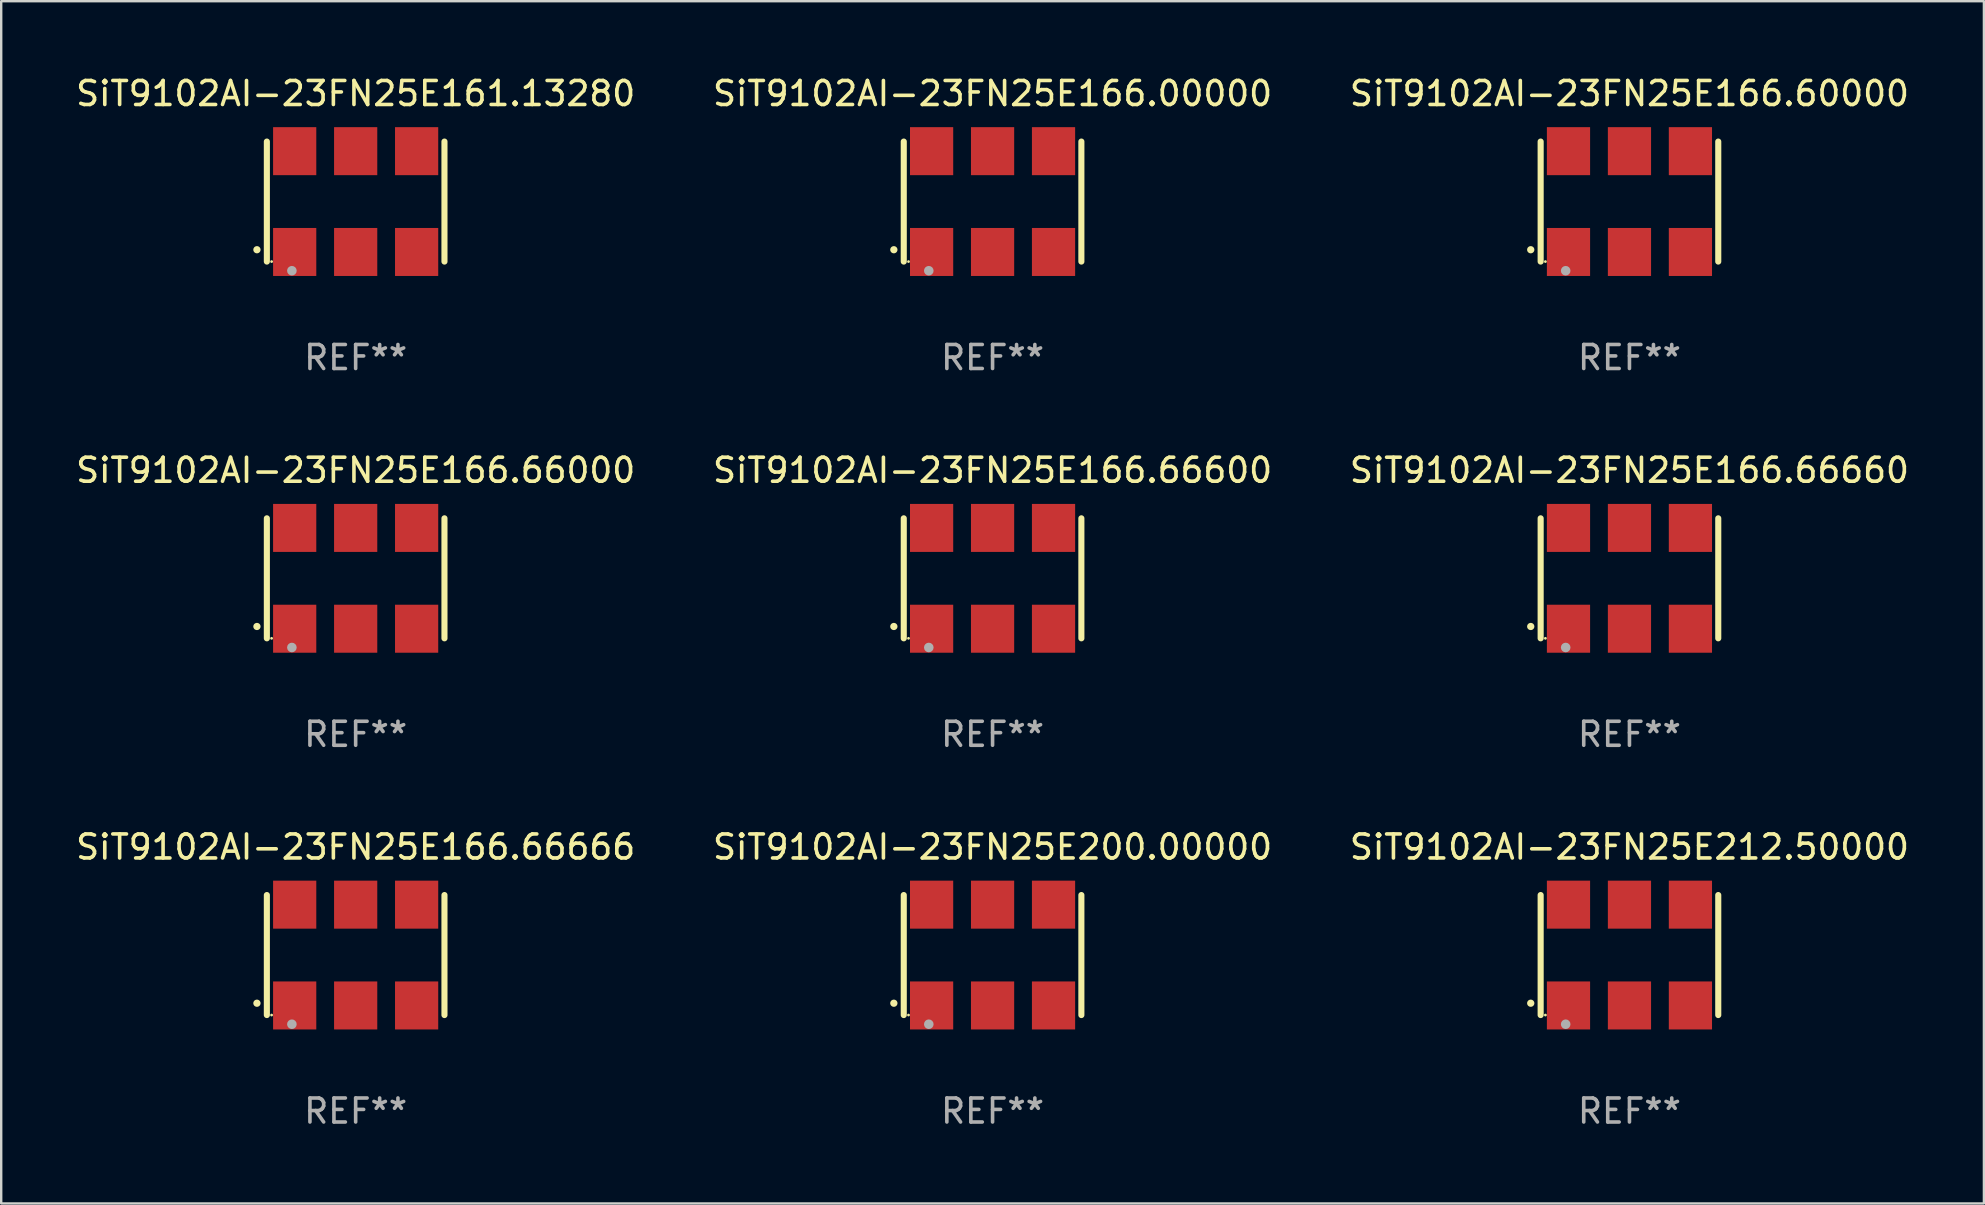
<source format=kicad_pcb>
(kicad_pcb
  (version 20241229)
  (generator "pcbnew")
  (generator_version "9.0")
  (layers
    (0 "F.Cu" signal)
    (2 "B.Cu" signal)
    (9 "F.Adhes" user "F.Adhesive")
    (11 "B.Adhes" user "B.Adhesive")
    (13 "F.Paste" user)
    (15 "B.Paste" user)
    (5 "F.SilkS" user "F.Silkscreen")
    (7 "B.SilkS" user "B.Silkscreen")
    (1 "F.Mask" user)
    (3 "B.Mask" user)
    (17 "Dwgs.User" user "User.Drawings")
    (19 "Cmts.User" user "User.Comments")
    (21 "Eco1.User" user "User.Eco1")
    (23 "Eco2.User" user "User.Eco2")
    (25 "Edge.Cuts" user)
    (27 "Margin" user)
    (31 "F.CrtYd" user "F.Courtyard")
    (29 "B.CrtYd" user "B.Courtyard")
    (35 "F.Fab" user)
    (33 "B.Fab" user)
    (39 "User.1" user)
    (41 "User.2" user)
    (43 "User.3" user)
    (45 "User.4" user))
  (footprint "SiT9102AI-23FN25E161.13280"
    (layer "F.Cu")
    (at 11.768 5.348)
    (property "Reference" "SiT9102AI-23FN25E161.13280" (at 0 -4.5 0) (layer "F.SilkS") (effects (font (size 1 1) (thickness 0.15))))
    (attr through_hole)
    (fp_line (start -3.7 -2.5) (end -3.7 2.5) (stroke (width 0.254) (type solid)) (layer "F.SilkS"))
    (fp_line (start 3.7 -2.5) (end 3.7 2.5) (stroke (width 0.254) (type solid)) (layer "F.SilkS"))
    (fp_arc (start -4.114415 2.006604) (mid -4.113145 2.006599) (end -4.111875 2.006604) (stroke (width 0.3) (type solid)) (layer "F.SilkS"))
    (fp_circle (center -3.502 2.5) (end -3.472 2.5) (stroke (width 0.06) (type solid)) (fill no) (layer "F.SilkS"))
    (fp_circle (center -2.657 2.882) (end -2.557 2.882) (stroke (width 0.2) (type solid)) (fill no) (layer "F.Fab"))
    (fp_text user "REF**" (at 0 6.5 0) (layer "F.Fab") (effects (font (size 1 1) (thickness 0.15))))
    (pad "1" smd rect (at -2.54 2.1) (size 1.8 2) (layers "F.Cu" "F.Mask" "F.Paste"))
    (pad "2" smd rect (at 0.000394 2.1) (size 1.8 2) (layers "F.Cu" "F.Mask" "F.Paste"))
    (pad "3" smd rect (at 2.54 2.1) (size 1.8 2) (layers "F.Cu" "F.Mask" "F.Paste"))
    (pad "4" smd rect (at 2.54 -2.1) (size 1.8 2) (layers "F.Cu" "F.Mask" "F.Paste"))
    (pad "5" smd rect (at 0.000394 -2.1) (size 1.8 2) (layers "F.Cu" "F.Mask" "F.Paste"))
    (pad "6" smd rect (at -2.54 -2.1) (size 1.8 2) (layers "F.Cu" "F.Mask" "F.Paste")))
  (footprint "SiT9102AI-23FN25E166.60000"
    (layer "F.Cu")
    (at 64.839 5.348)
    (property "Reference" "SiT9102AI-23FN25E166.60000" (at 0 -4.5 0) (layer "F.SilkS") (effects (font (size 1 1) (thickness 0.15))))
    (attr through_hole)
    (fp_line (start -3.7 -2.5) (end -3.7 2.5) (stroke (width 0.254) (type solid)) (layer "F.SilkS"))
    (fp_line (start 3.7 -2.5) (end 3.7 2.5) (stroke (width 0.254) (type solid)) (layer "F.SilkS"))
    (fp_arc (start -4.114415 2.006604) (mid -4.113145 2.006599) (end -4.111875 2.006604) (stroke (width 0.3) (type solid)) (layer "F.SilkS"))
    (fp_circle (center -3.502 2.5) (end -3.472 2.5) (stroke (width 0.06) (type solid)) (fill no) (layer "F.SilkS"))
    (fp_circle (center -2.657 2.882) (end -2.557 2.882) (stroke (width 0.2) (type solid)) (fill no) (layer "F.Fab"))
    (fp_text user "REF**" (at 0 6.5 0) (layer "F.Fab") (effects (font (size 1 1) (thickness 0.15))))
    (pad "1" smd rect (at -2.54 2.1) (size 1.8 2) (layers "F.Cu" "F.Mask" "F.Paste"))
    (pad "2" smd rect (at 0.000394 2.1) (size 1.8 2) (layers "F.Cu" "F.Mask" "F.Paste"))
    (pad "3" smd rect (at 2.54 2.1) (size 1.8 2) (layers "F.Cu" "F.Mask" "F.Paste"))
    (pad "4" smd rect (at 2.54 -2.1) (size 1.8 2) (layers "F.Cu" "F.Mask" "F.Paste"))
    (pad "5" smd rect (at 0.000394 -2.1) (size 1.8 2) (layers "F.Cu" "F.Mask" "F.Paste"))
    (pad "6" smd rect (at -2.54 -2.1) (size 1.8 2) (layers "F.Cu" "F.Mask" "F.Paste")))
  (footprint "SiT9102AI-23FN25E166.66600"
    (layer "F.Cu")
    (at 38.304 21.045)
    (property "Reference" "SiT9102AI-23FN25E166.66600" (at 0 -4.5 0) (layer "F.SilkS") (effects (font (size 1 1) (thickness 0.15))))
    (attr through_hole)
    (fp_line (start -3.7 -2.5) (end -3.7 2.5) (stroke (width 0.254) (type solid)) (layer "F.SilkS"))
    (fp_line (start 3.7 -2.5) (end 3.7 2.5) (stroke (width 0.254) (type solid)) (layer "F.SilkS"))
    (fp_arc (start -4.114415 2.006604) (mid -4.113145 2.006599) (end -4.111875 2.006604) (stroke (width 0.3) (type solid)) (layer "F.SilkS"))
    (fp_circle (center -3.502 2.5) (end -3.472 2.5) (stroke (width 0.06) (type solid)) (fill no) (layer "F.SilkS"))
    (fp_circle (center -2.657 2.882) (end -2.557 2.882) (stroke (width 0.2) (type solid)) (fill no) (layer "F.Fab"))
    (fp_text user "REF**" (at 0 6.5 0) (layer "F.Fab") (effects (font (size 1 1) (thickness 0.15))))
    (pad "1" smd rect (at -2.54 2.1) (size 1.8 2) (layers "F.Cu" "F.Mask" "F.Paste"))
    (pad "2" smd rect (at 0.000394 2.1) (size 1.8 2) (layers "F.Cu" "F.Mask" "F.Paste"))
    (pad "3" smd rect (at 2.54 2.1) (size 1.8 2) (layers "F.Cu" "F.Mask" "F.Paste"))
    (pad "4" smd rect (at 2.54 -2.1) (size 1.8 2) (layers "F.Cu" "F.Mask" "F.Paste"))
    (pad "5" smd rect (at 0.000394 -2.1) (size 1.8 2) (layers "F.Cu" "F.Mask" "F.Paste"))
    (pad "6" smd rect (at -2.54 -2.1) (size 1.8 2) (layers "F.Cu" "F.Mask" "F.Paste")))
  (footprint "SiT9102AI-23FN25E166.66666"
    (layer "F.Cu")
    (at 11.768 36.741)
    (property "Reference" "SiT9102AI-23FN25E166.66666" (at 0 -4.5 0) (layer "F.SilkS") (effects (font (size 1 1) (thickness 0.15))))
    (attr through_hole)
    (fp_line (start -3.7 -2.5) (end -3.7 2.5) (stroke (width 0.254) (type solid)) (layer "F.SilkS"))
    (fp_line (start 3.7 -2.5) (end 3.7 2.5) (stroke (width 0.254) (type solid)) (layer "F.SilkS"))
    (fp_arc (start -4.114415 2.006604) (mid -4.113145 2.006599) (end -4.111875 2.006604) (stroke (width 0.3) (type solid)) (layer "F.SilkS"))
    (fp_circle (center -3.502 2.5) (end -3.472 2.5) (stroke (width 0.06) (type solid)) (fill no) (layer "F.SilkS"))
    (fp_circle (center -2.657 2.882) (end -2.557 2.882) (stroke (width 0.2) (type solid)) (fill no) (layer "F.Fab"))
    (fp_text user "REF**" (at 0 6.5 0) (layer "F.Fab") (effects (font (size 1 1) (thickness 0.15))))
    (pad "1" smd rect (at -2.54 2.1) (size 1.8 2) (layers "F.Cu" "F.Mask" "F.Paste"))
    (pad "2" smd rect (at 0.000394 2.1) (size 1.8 2) (layers "F.Cu" "F.Mask" "F.Paste"))
    (pad "3" smd rect (at 2.54 2.1) (size 1.8 2) (layers "F.Cu" "F.Mask" "F.Paste"))
    (pad "4" smd rect (at 2.54 -2.1) (size 1.8 2) (layers "F.Cu" "F.Mask" "F.Paste"))
    (pad "5" smd rect (at 0.000394 -2.1) (size 1.8 2) (layers "F.Cu" "F.Mask" "F.Paste"))
    (pad "6" smd rect (at -2.54 -2.1) (size 1.8 2) (layers "F.Cu" "F.Mask" "F.Paste")))
  (footprint "SiT9102AI-23FN25E166.00000"
    (layer "F.Cu")
    (at 38.304 5.348)
    (property "Reference" "SiT9102AI-23FN25E166.00000" (at 0 -4.5 0) (layer "F.SilkS") (effects (font (size 1 1) (thickness 0.15))))
    (attr through_hole)
    (fp_line (start -3.7 -2.5) (end -3.7 2.5) (stroke (width 0.254) (type solid)) (layer "F.SilkS"))
    (fp_line (start 3.7 -2.5) (end 3.7 2.5) (stroke (width 0.254) (type solid)) (layer "F.SilkS"))
    (fp_arc (start -4.114415 2.006604) (mid -4.113145 2.006599) (end -4.111875 2.006604) (stroke (width 0.3) (type solid)) (layer "F.SilkS"))
    (fp_circle (center -3.502 2.5) (end -3.472 2.5) (stroke (width 0.06) (type solid)) (fill no) (layer "F.SilkS"))
    (fp_circle (center -2.657 2.882) (end -2.557 2.882) (stroke (width 0.2) (type solid)) (fill no) (layer "F.Fab"))
    (fp_text user "REF**" (at 0 6.5 0) (layer "F.Fab") (effects (font (size 1 1) (thickness 0.15))))
    (pad "1" smd rect (at -2.54 2.1) (size 1.8 2) (layers "F.Cu" "F.Mask" "F.Paste"))
    (pad "2" smd rect (at 0.000394 2.1) (size 1.8 2) (layers "F.Cu" "F.Mask" "F.Paste"))
    (pad "3" smd rect (at 2.54 2.1) (size 1.8 2) (layers "F.Cu" "F.Mask" "F.Paste"))
    (pad "4" smd rect (at 2.54 -2.1) (size 1.8 2) (layers "F.Cu" "F.Mask" "F.Paste"))
    (pad "5" smd rect (at 0.000394 -2.1) (size 1.8 2) (layers "F.Cu" "F.Mask" "F.Paste"))
    (pad "6" smd rect (at -2.54 -2.1) (size 1.8 2) (layers "F.Cu" "F.Mask" "F.Paste")))
  (footprint "SiT9102AI-23FN25E166.66000"
    (layer "F.Cu")
    (at 11.768 21.045)
    (property "Reference" "SiT9102AI-23FN25E166.66000" (at 0 -4.5 0) (layer "F.SilkS") (effects (font (size 1 1) (thickness 0.15))))
    (attr through_hole)
    (fp_line (start -3.7 -2.5) (end -3.7 2.5) (stroke (width 0.254) (type solid)) (layer "F.SilkS"))
    (fp_line (start 3.7 -2.5) (end 3.7 2.5) (stroke (width 0.254) (type solid)) (layer "F.SilkS"))
    (fp_arc (start -4.114415 2.006604) (mid -4.113145 2.006599) (end -4.111875 2.006604) (stroke (width 0.3) (type solid)) (layer "F.SilkS"))
    (fp_circle (center -3.502 2.5) (end -3.472 2.5) (stroke (width 0.06) (type solid)) (fill no) (layer "F.SilkS"))
    (fp_circle (center -2.657 2.882) (end -2.557 2.882) (stroke (width 0.2) (type solid)) (fill no) (layer "F.Fab"))
    (fp_text user "REF**" (at 0 6.5 0) (layer "F.Fab") (effects (font (size 1 1) (thickness 0.15))))
    (pad "1" smd rect (at -2.54 2.1) (size 1.8 2) (layers "F.Cu" "F.Mask" "F.Paste"))
    (pad "2" smd rect (at 0.000394 2.1) (size 1.8 2) (layers "F.Cu" "F.Mask" "F.Paste"))
    (pad "3" smd rect (at 2.54 2.1) (size 1.8 2) (layers "F.Cu" "F.Mask" "F.Paste"))
    (pad "4" smd rect (at 2.54 -2.1) (size 1.8 2) (layers "F.Cu" "F.Mask" "F.Paste"))
    (pad "5" smd rect (at 0.000394 -2.1) (size 1.8 2) (layers "F.Cu" "F.Mask" "F.Paste"))
    (pad "6" smd rect (at -2.54 -2.1) (size 1.8 2) (layers "F.Cu" "F.Mask" "F.Paste")))
  (footprint "SiT9102AI-23FN25E212.50000"
    (layer "F.Cu")
    (at 64.839 36.741)
    (property "Reference" "SiT9102AI-23FN25E212.50000" (at 0 -4.5 0) (layer "F.SilkS") (effects (font (size 1 1) (thickness 0.15))))
    (attr through_hole)
    (fp_line (start -3.7 -2.5) (end -3.7 2.5) (stroke (width 0.254) (type solid)) (layer "F.SilkS"))
    (fp_line (start 3.7 -2.5) (end 3.7 2.5) (stroke (width 0.254) (type solid)) (layer "F.SilkS"))
    (fp_arc (start -4.114415 2.006604) (mid -4.113145 2.006599) (end -4.111875 2.006604) (stroke (width 0.3) (type solid)) (layer "F.SilkS"))
    (fp_circle (center -3.502 2.5) (end -3.472 2.5) (stroke (width 0.06) (type solid)) (fill no) (layer "F.SilkS"))
    (fp_circle (center -2.657 2.882) (end -2.557 2.882) (stroke (width 0.2) (type solid)) (fill no) (layer "F.Fab"))
    (fp_text user "REF**" (at 0 6.5 0) (layer "F.Fab") (effects (font (size 1 1) (thickness 0.15))))
    (pad "1" smd rect (at -2.54 2.1) (size 1.8 2) (layers "F.Cu" "F.Mask" "F.Paste"))
    (pad "2" smd rect (at 0.000394 2.1) (size 1.8 2) (layers "F.Cu" "F.Mask" "F.Paste"))
    (pad "3" smd rect (at 2.54 2.1) (size 1.8 2) (layers "F.Cu" "F.Mask" "F.Paste"))
    (pad "4" smd rect (at 2.54 -2.1) (size 1.8 2) (layers "F.Cu" "F.Mask" "F.Paste"))
    (pad "5" smd rect (at 0.000394 -2.1) (size 1.8 2) (layers "F.Cu" "F.Mask" "F.Paste"))
    (pad "6" smd rect (at -2.54 -2.1) (size 1.8 2) (layers "F.Cu" "F.Mask" "F.Paste")))
  (footprint "SiT9102AI-23FN25E166.66660"
    (layer "F.Cu")
    (at 64.839 21.045)
    (property "Reference" "SiT9102AI-23FN25E166.66660" (at 0 -4.5 0) (layer "F.SilkS") (effects (font (size 1 1) (thickness 0.15))))
    (attr through_hole)
    (fp_line (start -3.7 -2.5) (end -3.7 2.5) (stroke (width 0.254) (type solid)) (layer "F.SilkS"))
    (fp_line (start 3.7 -2.5) (end 3.7 2.5) (stroke (width 0.254) (type solid)) (layer "F.SilkS"))
    (fp_arc (start -4.114415 2.006604) (mid -4.113145 2.006599) (end -4.111875 2.006604) (stroke (width 0.3) (type solid)) (layer "F.SilkS"))
    (fp_circle (center -3.502 2.5) (end -3.472 2.5) (stroke (width 0.06) (type solid)) (fill no) (layer "F.SilkS"))
    (fp_circle (center -2.657 2.882) (end -2.557 2.882) (stroke (width 0.2) (type solid)) (fill no) (layer "F.Fab"))
    (fp_text user "REF**" (at 0 6.5 0) (layer "F.Fab") (effects (font (size 1 1) (thickness 0.15))))
    (pad "1" smd rect (at -2.54 2.1) (size 1.8 2) (layers "F.Cu" "F.Mask" "F.Paste"))
    (pad "2" smd rect (at 0.000394 2.1) (size 1.8 2) (layers "F.Cu" "F.Mask" "F.Paste"))
    (pad "3" smd rect (at 2.54 2.1) (size 1.8 2) (layers "F.Cu" "F.Mask" "F.Paste"))
    (pad "4" smd rect (at 2.54 -2.1) (size 1.8 2) (layers "F.Cu" "F.Mask" "F.Paste"))
    (pad "5" smd rect (at 0.000394 -2.1) (size 1.8 2) (layers "F.Cu" "F.Mask" "F.Paste"))
    (pad "6" smd rect (at -2.54 -2.1) (size 1.8 2) (layers "F.Cu" "F.Mask" "F.Paste")))
  (footprint "SiT9102AI-23FN25E200.00000"
    (layer "F.Cu")
    (at 38.304 36.741)
    (property "Reference" "SiT9102AI-23FN25E200.00000" (at 0 -4.5 0) (layer "F.SilkS") (effects (font (size 1 1) (thickness 0.15))))
    (attr through_hole)
    (fp_line (start -3.7 -2.5) (end -3.7 2.5) (stroke (width 0.254) (type solid)) (layer "F.SilkS"))
    (fp_line (start 3.7 -2.5) (end 3.7 2.5) (stroke (width 0.254) (type solid)) (layer "F.SilkS"))
    (fp_arc (start -4.114415 2.006604) (mid -4.113145 2.006599) (end -4.111875 2.006604) (stroke (width 0.3) (type solid)) (layer "F.SilkS"))
    (fp_circle (center -3.502 2.5) (end -3.472 2.5) (stroke (width 0.06) (type solid)) (fill no) (layer "F.SilkS"))
    (fp_circle (center -2.657 2.882) (end -2.557 2.882) (stroke (width 0.2) (type solid)) (fill no) (layer "F.Fab"))
    (fp_text user "REF**" (at 0 6.5 0) (layer "F.Fab") (effects (font (size 1 1) (thickness 0.15))))
    (pad "1" smd rect (at -2.54 2.1) (size 1.8 2) (layers "F.Cu" "F.Mask" "F.Paste"))
    (pad "2" smd rect (at 0.000394 2.1) (size 1.8 2) (layers "F.Cu" "F.Mask" "F.Paste"))
    (pad "3" smd rect (at 2.54 2.1) (size 1.8 2) (layers "F.Cu" "F.Mask" "F.Paste"))
    (pad "4" smd rect (at 2.54 -2.1) (size 1.8 2) (layers "F.Cu" "F.Mask" "F.Paste"))
    (pad "5" smd rect (at 0.000394 -2.1) (size 1.8 2) (layers "F.Cu" "F.Mask" "F.Paste"))
    (pad "6" smd rect (at -2.54 -2.1) (size 1.8 2) (layers "F.Cu" "F.Mask" "F.Paste")))
  (gr_rect
    (start -3 -3)
    (end 79.607 47.09)
    (stroke (width 0.1) (type default))
    (fill no)
    (layer "Edge.Cuts")))
</source>
